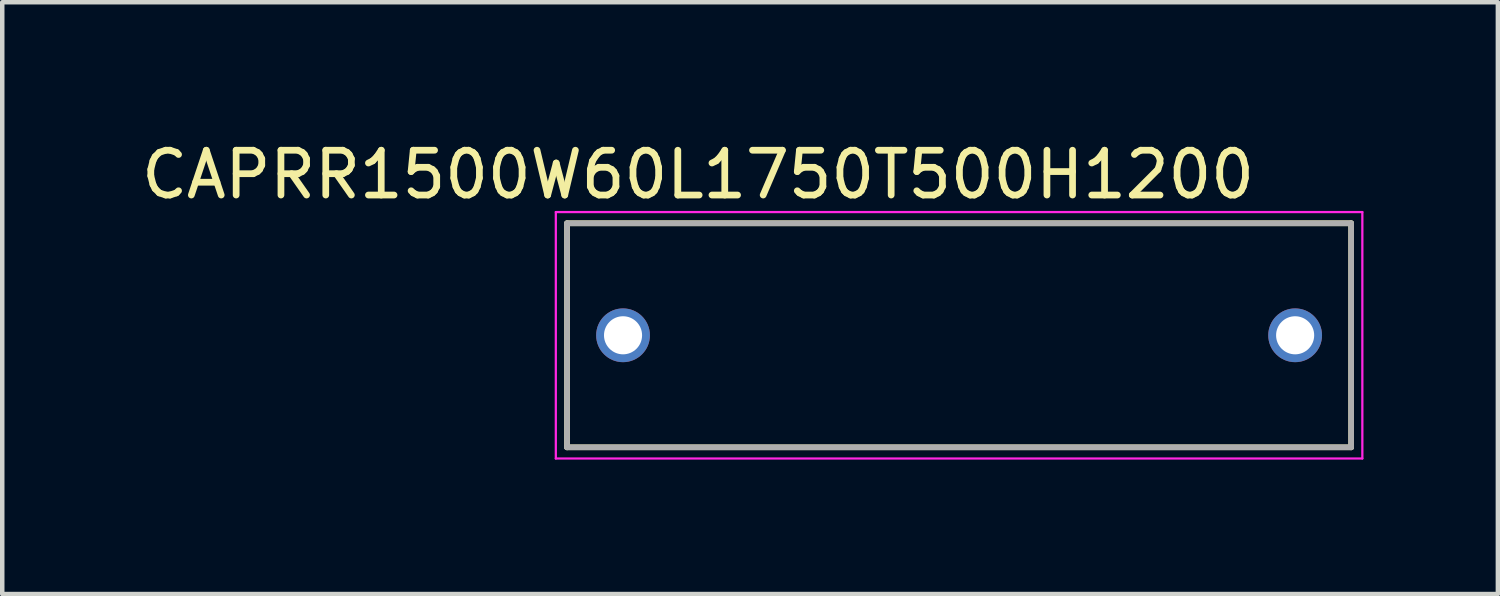
<source format=kicad_pcb>
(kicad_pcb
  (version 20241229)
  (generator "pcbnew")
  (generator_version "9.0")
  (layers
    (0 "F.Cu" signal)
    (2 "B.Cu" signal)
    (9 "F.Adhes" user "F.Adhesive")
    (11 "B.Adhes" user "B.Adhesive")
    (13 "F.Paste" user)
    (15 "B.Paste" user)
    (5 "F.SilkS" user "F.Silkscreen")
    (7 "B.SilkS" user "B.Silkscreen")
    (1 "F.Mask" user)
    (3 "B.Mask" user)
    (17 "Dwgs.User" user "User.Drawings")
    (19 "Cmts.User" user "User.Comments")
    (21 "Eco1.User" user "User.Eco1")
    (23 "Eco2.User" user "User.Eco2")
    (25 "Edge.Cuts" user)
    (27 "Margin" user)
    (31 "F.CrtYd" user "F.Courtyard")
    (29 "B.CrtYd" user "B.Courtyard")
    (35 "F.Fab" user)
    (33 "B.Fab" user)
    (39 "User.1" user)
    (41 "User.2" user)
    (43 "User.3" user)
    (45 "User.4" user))
  (footprint "CAPRR1500W60L1750T500H1200"
    (layer "F.Cu")
    (at 18.355 4.433)
    (property "Reference" "CAPRR1500W60L1750T500H1200" (at -5.825 -3.585 0) (layer "F.SilkS") (effects (font (size 1 1) (thickness 0.15))))
    (attr through_hole)
    (fp_line (start -8.75 -2.5) (end -8.75 2.5) (stroke (width 0.127) (type solid)) (layer "F.SilkS"))
    (fp_line (start -8.75 -2.5) (end 8.75 -2.5) (stroke (width 0.127) (type solid)) (layer "F.SilkS"))
    (fp_line (start -8.75 2.5) (end 8.75 2.5) (stroke (width 0.127) (type solid)) (layer "F.SilkS"))
    (fp_line (start 8.75 -2.5) (end 8.75 2.5) (stroke (width 0.127) (type solid)) (layer "F.SilkS"))
    (fp_line (start -9 -2.75) (end -9 2.75) (stroke (width 0.05) (type solid)) (layer "F.CrtYd"))
    (fp_line (start -9 -2.75) (end 9 -2.75) (stroke (width 0.05) (type solid)) (layer "F.CrtYd"))
    (fp_line (start 9 -2.75) (end 9 2.75) (stroke (width 0.05) (type solid)) (layer "F.CrtYd"))
    (fp_line (start 9 2.75) (end -9 2.75) (stroke (width 0.05) (type solid)) (layer "F.CrtYd"))
    (fp_line (start -8.75 -2.5) (end -8.75 2.5) (stroke (width 0.127) (type solid)) (layer "F.Fab"))
    (fp_line (start -8.75 -2.5) (end 8.75 -2.5) (stroke (width 0.127) (type solid)) (layer "F.Fab"))
    (fp_line (start 8.75 -2.5) (end 8.75 2.5) (stroke (width 0.127) (type solid)) (layer "F.Fab"))
    (fp_line (start 8.75 2.5) (end -8.75 2.5) (stroke (width 0.127) (type solid)) (layer "F.Fab"))
    (pad "1" thru_hole circle (at -7.5 0) (size 1.2 1.2) (drill 0.85) (layers "*.Cu" "*.Mask"))
    (pad "2" thru_hole circle (at 7.5 0) (size 1.2 1.2) (drill 0.85) (layers "*.Cu" "*.Mask")))
  (gr_rect
    (start -3 -3)
    (end 30.38 10.208)
    (stroke (width 0.1) (type default))
    (fill no)
    (layer "Edge.Cuts")))
</source>
